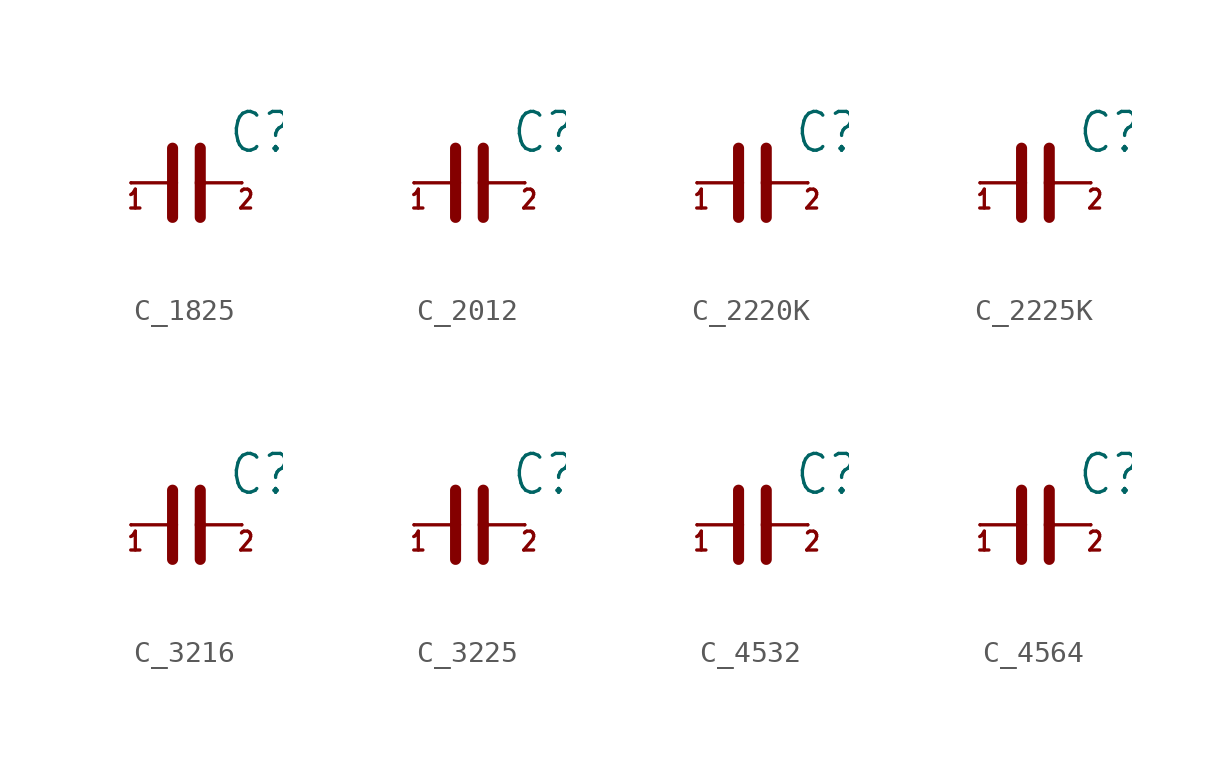
<source format=kicad_sym>
(kicad_symbol_lib
  (version 20220914)
  (generator kicad_symbol_editor)
  (symbol "C_1825"
    (property "Reference" "C"
      (at 1.905 1.27 0)
      (effects (font (size 1.778 1.511)) (justify left bottom)))
    (property "Value" ""
      (at -3.81 -4.128 0)
      (effects (font (size 1.778 1.511)) (justify left bottom)))
    (property "ki_locked" ""
      (at 0 0 0)
      (effects (font (size 1.27 1.27))))
    (symbol "C_1825_1_0"
      (polyline (pts (xy -2.54 0) (xy -0.635 0)) (stroke (width 0.152) (type solid)) (fill (type none)))
      (polyline (pts (xy -0.635 0) (xy -0.635 -1.587)) (stroke (width 0.508) (type solid)) (fill (type none)))
      (polyline (pts (xy -0.635 1.587) (xy -0.635 0)) (stroke (width 0.508) (type solid)) (fill (type none)))
      (polyline (pts (xy 0.635 0) (xy 0.635 -1.587)) (stroke (width 0.508) (type solid)) (fill (type none)))
      (polyline (pts (xy 0.635 1.587) (xy 0.635 0)) (stroke (width 0.508) (type solid)) (fill (type none)))
      (polyline (pts (xy 2.54 0) (xy 0.635 0)) (stroke (width 0.152) (type solid)) (fill (type none)))
      (text "1" (at -2.794 -1.27 0) (effects (font (size 0.864 0.734)) (justify left bottom)))
      (text "2" (at 2.286 -1.27 0) (effects (font (size 0.864 0.734)) (justify left bottom)))
      (pin passive line (at -2.54 0 0) (length 0) (name "1" (effects (font (size 0 0)))) (number "1" (effects (font (size 0 0)))))
      (pin passive line (at 2.54 0 180) (length 0) (name "2" (effects (font (size 0 0)))) (number "2" (effects (font (size 0 0)))))))
  (symbol "C_2012"
    (property "Reference" "C"
      (at 1.905 1.27 0)
      (effects (font (size 1.778 1.511)) (justify left bottom)))
    (property "Value" ""
      (at -3.81 -4.128 0)
      (effects (font (size 1.778 1.511)) (justify left bottom)))
    (property "ki_locked" ""
      (at 0 0 0)
      (effects (font (size 1.27 1.27))))
    (symbol "C_2012_1_0"
      (polyline (pts (xy -2.54 0) (xy -0.635 0)) (stroke (width 0.152) (type solid)) (fill (type none)))
      (polyline (pts (xy -0.635 0) (xy -0.635 -1.587)) (stroke (width 0.508) (type solid)) (fill (type none)))
      (polyline (pts (xy -0.635 1.587) (xy -0.635 0)) (stroke (width 0.508) (type solid)) (fill (type none)))
      (polyline (pts (xy 0.635 0) (xy 0.635 -1.587)) (stroke (width 0.508) (type solid)) (fill (type none)))
      (polyline (pts (xy 0.635 1.587) (xy 0.635 0)) (stroke (width 0.508) (type solid)) (fill (type none)))
      (polyline (pts (xy 2.54 0) (xy 0.635 0)) (stroke (width 0.152) (type solid)) (fill (type none)))
      (text "1" (at -2.794 -1.27 0) (effects (font (size 0.864 0.734)) (justify left bottom)))
      (text "2" (at 2.286 -1.27 0) (effects (font (size 0.864 0.734)) (justify left bottom)))
      (pin passive line (at -2.54 0 0) (length 0) (name "1" (effects (font (size 0 0)))) (number "1" (effects (font (size 0 0)))))
      (pin passive line (at 2.54 0 180) (length 0) (name "2" (effects (font (size 0 0)))) (number "2" (effects (font (size 0 0)))))))
  (symbol "C_2220K"
    (property "Reference" "C"
      (at 1.905 1.27 0)
      (effects (font (size 1.778 1.511)) (justify left bottom)))
    (property "Value" ""
      (at -3.81 -4.128 0)
      (effects (font (size 1.778 1.511)) (justify left bottom)))
    (property "ki_locked" ""
      (at 0 0 0)
      (effects (font (size 1.27 1.27))))
    (symbol "C_2220K_1_0"
      (polyline (pts (xy -2.54 0) (xy -0.635 0)) (stroke (width 0.152) (type solid)) (fill (type none)))
      (polyline (pts (xy -0.635 0) (xy -0.635 -1.587)) (stroke (width 0.508) (type solid)) (fill (type none)))
      (polyline (pts (xy -0.635 1.587) (xy -0.635 0)) (stroke (width 0.508) (type solid)) (fill (type none)))
      (polyline (pts (xy 0.635 0) (xy 0.635 -1.587)) (stroke (width 0.508) (type solid)) (fill (type none)))
      (polyline (pts (xy 0.635 1.587) (xy 0.635 0)) (stroke (width 0.508) (type solid)) (fill (type none)))
      (polyline (pts (xy 2.54 0) (xy 0.635 0)) (stroke (width 0.152) (type solid)) (fill (type none)))
      (text "1" (at -2.794 -1.27 0) (effects (font (size 0.864 0.734)) (justify left bottom)))
      (text "2" (at 2.286 -1.27 0) (effects (font (size 0.864 0.734)) (justify left bottom)))
      (pin passive line (at -2.54 0 0) (length 0) (name "1" (effects (font (size 0 0)))) (number "1" (effects (font (size 0 0)))))
      (pin passive line (at 2.54 0 180) (length 0) (name "2" (effects (font (size 0 0)))) (number "2" (effects (font (size 0 0)))))))
  (symbol "C_2225K"
    (property "Reference" "C"
      (at 1.905 1.27 0)
      (effects (font (size 1.778 1.511)) (justify left bottom)))
    (property "Value" ""
      (at -3.81 -4.128 0)
      (effects (font (size 1.778 1.511)) (justify left bottom)))
    (property "ki_locked" ""
      (at 0 0 0)
      (effects (font (size 1.27 1.27))))
    (symbol "C_2225K_1_0"
      (polyline (pts (xy -2.54 0) (xy -0.635 0)) (stroke (width 0.152) (type solid)) (fill (type none)))
      (polyline (pts (xy -0.635 0) (xy -0.635 -1.587)) (stroke (width 0.508) (type solid)) (fill (type none)))
      (polyline (pts (xy -0.635 1.587) (xy -0.635 0)) (stroke (width 0.508) (type solid)) (fill (type none)))
      (polyline (pts (xy 0.635 0) (xy 0.635 -1.587)) (stroke (width 0.508) (type solid)) (fill (type none)))
      (polyline (pts (xy 0.635 1.587) (xy 0.635 0)) (stroke (width 0.508) (type solid)) (fill (type none)))
      (polyline (pts (xy 2.54 0) (xy 0.635 0)) (stroke (width 0.152) (type solid)) (fill (type none)))
      (text "1" (at -2.794 -1.27 0) (effects (font (size 0.864 0.734)) (justify left bottom)))
      (text "2" (at 2.286 -1.27 0) (effects (font (size 0.864 0.734)) (justify left bottom)))
      (pin passive line (at -2.54 0 0) (length 0) (name "1" (effects (font (size 0 0)))) (number "1" (effects (font (size 0 0)))))
      (pin passive line (at 2.54 0 180) (length 0) (name "2" (effects (font (size 0 0)))) (number "2" (effects (font (size 0 0)))))))
  (symbol "C_3216"
    (property "Reference" "C"
      (at 1.905 1.27 0)
      (effects (font (size 1.778 1.511)) (justify left bottom)))
    (property "Value" ""
      (at -3.81 -4.128 0)
      (effects (font (size 1.778 1.511)) (justify left bottom)))
    (property "ki_locked" ""
      (at 0 0 0)
      (effects (font (size 1.27 1.27))))
    (symbol "C_3216_1_0"
      (polyline (pts (xy -2.54 0) (xy -0.635 0)) (stroke (width 0.152) (type solid)) (fill (type none)))
      (polyline (pts (xy -0.635 0) (xy -0.635 -1.587)) (stroke (width 0.508) (type solid)) (fill (type none)))
      (polyline (pts (xy -0.635 1.587) (xy -0.635 0)) (stroke (width 0.508) (type solid)) (fill (type none)))
      (polyline (pts (xy 0.635 0) (xy 0.635 -1.587)) (stroke (width 0.508) (type solid)) (fill (type none)))
      (polyline (pts (xy 0.635 1.587) (xy 0.635 0)) (stroke (width 0.508) (type solid)) (fill (type none)))
      (polyline (pts (xy 2.54 0) (xy 0.635 0)) (stroke (width 0.152) (type solid)) (fill (type none)))
      (text "1" (at -2.794 -1.27 0) (effects (font (size 0.864 0.734)) (justify left bottom)))
      (text "2" (at 2.286 -1.27 0) (effects (font (size 0.864 0.734)) (justify left bottom)))
      (pin passive line (at -2.54 0 0) (length 0) (name "1" (effects (font (size 0 0)))) (number "1" (effects (font (size 0 0)))))
      (pin passive line (at 2.54 0 180) (length 0) (name "2" (effects (font (size 0 0)))) (number "2" (effects (font (size 0 0)))))))
  (symbol "C_3225"
    (property "Reference" "C"
      (at 1.905 1.27 0)
      (effects (font (size 1.778 1.511)) (justify left bottom)))
    (property "Value" ""
      (at -3.81 -4.128 0)
      (effects (font (size 1.778 1.511)) (justify left bottom)))
    (property "ki_locked" ""
      (at 0 0 0)
      (effects (font (size 1.27 1.27))))
    (symbol "C_3225_1_0"
      (polyline (pts (xy -2.54 0) (xy -0.635 0)) (stroke (width 0.152) (type solid)) (fill (type none)))
      (polyline (pts (xy -0.635 0) (xy -0.635 -1.587)) (stroke (width 0.508) (type solid)) (fill (type none)))
      (polyline (pts (xy -0.635 1.587) (xy -0.635 0)) (stroke (width 0.508) (type solid)) (fill (type none)))
      (polyline (pts (xy 0.635 0) (xy 0.635 -1.587)) (stroke (width 0.508) (type solid)) (fill (type none)))
      (polyline (pts (xy 0.635 1.587) (xy 0.635 0)) (stroke (width 0.508) (type solid)) (fill (type none)))
      (polyline (pts (xy 2.54 0) (xy 0.635 0)) (stroke (width 0.152) (type solid)) (fill (type none)))
      (text "1" (at -2.794 -1.27 0) (effects (font (size 0.864 0.734)) (justify left bottom)))
      (text "2" (at 2.286 -1.27 0) (effects (font (size 0.864 0.734)) (justify left bottom)))
      (pin passive line (at -2.54 0 0) (length 0) (name "1" (effects (font (size 0 0)))) (number "1" (effects (font (size 0 0)))))
      (pin passive line (at 2.54 0 180) (length 0) (name "2" (effects (font (size 0 0)))) (number "2" (effects (font (size 0 0)))))))
  (symbol "C_4532"
    (property "Reference" "C"
      (at 1.905 1.27 0)
      (effects (font (size 1.778 1.511)) (justify left bottom)))
    (property "Value" ""
      (at -3.81 -4.128 0)
      (effects (font (size 1.778 1.511)) (justify left bottom)))
    (property "ki_locked" ""
      (at 0 0 0)
      (effects (font (size 1.27 1.27))))
    (symbol "C_4532_1_0"
      (polyline (pts (xy -2.54 0) (xy -0.635 0)) (stroke (width 0.152) (type solid)) (fill (type none)))
      (polyline (pts (xy -0.635 0) (xy -0.635 -1.587)) (stroke (width 0.508) (type solid)) (fill (type none)))
      (polyline (pts (xy -0.635 1.587) (xy -0.635 0)) (stroke (width 0.508) (type solid)) (fill (type none)))
      (polyline (pts (xy 0.635 0) (xy 0.635 -1.587)) (stroke (width 0.508) (type solid)) (fill (type none)))
      (polyline (pts (xy 0.635 1.587) (xy 0.635 0)) (stroke (width 0.508) (type solid)) (fill (type none)))
      (polyline (pts (xy 2.54 0) (xy 0.635 0)) (stroke (width 0.152) (type solid)) (fill (type none)))
      (text "1" (at -2.794 -1.27 0) (effects (font (size 0.864 0.734)) (justify left bottom)))
      (text "2" (at 2.286 -1.27 0) (effects (font (size 0.864 0.734)) (justify left bottom)))
      (pin passive line (at -2.54 0 0) (length 0) (name "1" (effects (font (size 0 0)))) (number "1" (effects (font (size 0 0)))))
      (pin passive line (at 2.54 0 180) (length 0) (name "2" (effects (font (size 0 0)))) (number "2" (effects (font (size 0 0)))))))
  (symbol "C_4564"
    (property "Reference" "C"
      (at 1.905 1.27 0)
      (effects (font (size 1.778 1.511)) (justify left bottom)))
    (property "Value" ""
      (at -3.81 -4.128 0)
      (effects (font (size 1.778 1.511)) (justify left bottom)))
    (property "ki_locked" ""
      (at 0 0 0)
      (effects (font (size 1.27 1.27))))
    (symbol "C_4564_1_0"
      (polyline (pts (xy -2.54 0) (xy -0.635 0)) (stroke (width 0.152) (type solid)) (fill (type none)))
      (polyline (pts (xy -0.635 0) (xy -0.635 -1.587)) (stroke (width 0.508) (type solid)) (fill (type none)))
      (polyline (pts (xy -0.635 1.587) (xy -0.635 0)) (stroke (width 0.508) (type solid)) (fill (type none)))
      (polyline (pts (xy 0.635 0) (xy 0.635 -1.587)) (stroke (width 0.508) (type solid)) (fill (type none)))
      (polyline (pts (xy 0.635 1.587) (xy 0.635 0)) (stroke (width 0.508) (type solid)) (fill (type none)))
      (polyline (pts (xy 2.54 0) (xy 0.635 0)) (stroke (width 0.152) (type solid)) (fill (type none)))
      (text "1" (at -2.794 -1.27 0) (effects (font (size 0.864 0.734)) (justify left bottom)))
      (text "2" (at 2.286 -1.27 0) (effects (font (size 0.864 0.734)) (justify left bottom)))
      (pin passive line (at -2.54 0 0) (length 0) (name "1" (effects (font (size 0 0)))) (number "1" (effects (font (size 0 0)))))
      (pin passive line (at 2.54 0 180) (length 0) (name "2" (effects (font (size 0 0)))) (number "2" (effects (font (size 0 0))))))))
</source>
